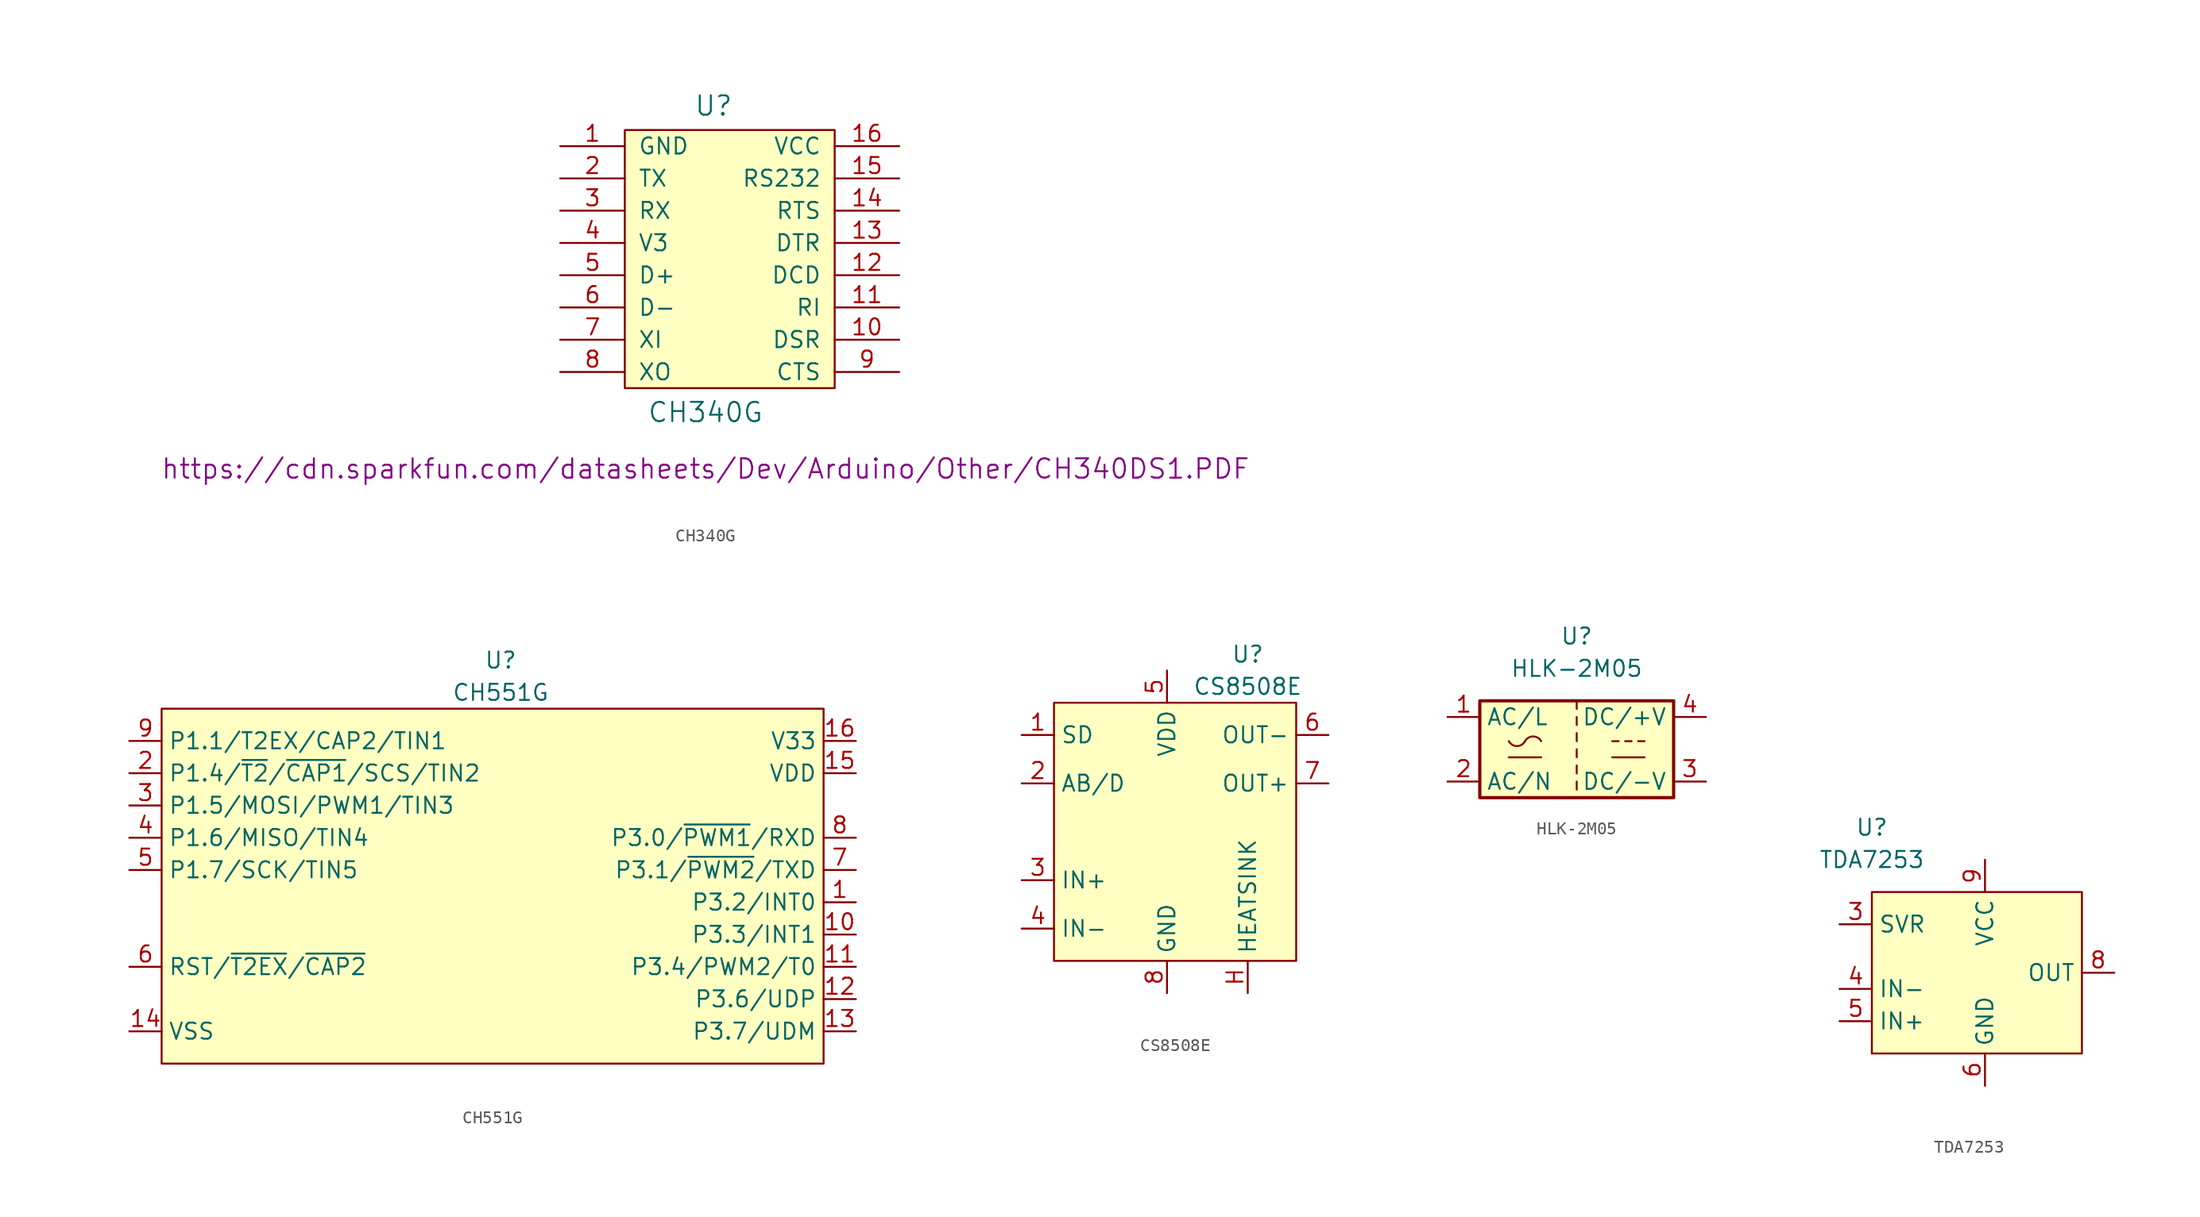
<source format=kicad_sym>
(kicad_symbol_lib
  (version 20220914)
  (generator kicad_symbol_editor)
  (symbol "CH340G"
    (pin_names
      (offset 1.016))
    (property "Reference" "U"
      (at 0.635 12.065 0)
      (effects (font (size 1.524 1.524))))
    (property "Value" "CH340G"
      (at 0 -12.065 0)
      (effects (font (size 1.524 1.524))))
    (property "Footprint" ""
      (at 2.54 -5.08 0)
      (effects (font (size 1.524 1.524))))
    (property "Datasheet" "https://cdn.sparkfun.com/datasheets/Dev/Arduino/Other/CH340DS1.PDF"
      (at 0 -16.51 0)
      (effects (font (size 1.524 1.524))))
    (symbol "CH340G_0_1"
      (rectangle (start -6.35 10.16) (end 10.16 -10.16) (stroke (width 0) (type default)) (fill (type background))))
    (symbol "CH340G_1_1"
      (pin power_in line (at -11.43 8.89 0) (length 5.08) (name "GND" (effects (font (size 1.27 1.27)))) (number "1" (effects (font (size 1.27 1.27)))))
      (pin output line (at 15.24 -6.35 180) (length 5.08) (name "DSR" (effects (font (size 1.27 1.27)))) (number "10" (effects (font (size 1.27 1.27)))))
      (pin output line (at 15.24 -3.81 180) (length 5.08) (name "RI" (effects (font (size 1.27 1.27)))) (number "11" (effects (font (size 1.27 1.27)))))
      (pin output line (at 15.24 -1.27 180) (length 5.08) (name "DCD" (effects (font (size 1.27 1.27)))) (number "12" (effects (font (size 1.27 1.27)))))
      (pin output line (at 15.24 1.27 180) (length 5.08) (name "DTR" (effects (font (size 1.27 1.27)))) (number "13" (effects (font (size 1.27 1.27)))))
      (pin output line (at 15.24 3.81 180) (length 5.08) (name "RTS" (effects (font (size 1.27 1.27)))) (number "14" (effects (font (size 1.27 1.27)))))
      (pin input line (at 15.24 6.35 180) (length 5.08) (name "RS232" (effects (font (size 1.27 1.27)))) (number "15" (effects (font (size 1.27 1.27)))))
      (pin power_in line (at 15.24 8.89 180) (length 5.08) (name "VCC" (effects (font (size 1.27 1.27)))) (number "16" (effects (font (size 1.27 1.27)))))
      (pin output line (at -11.43 6.35 0) (length 5.08) (name "TX" (effects (font (size 1.27 1.27)))) (number "2" (effects (font (size 1.27 1.27)))))
      (pin input line (at -11.43 3.81 0) (length 5.08) (name "RX" (effects (font (size 1.27 1.27)))) (number "3" (effects (font (size 1.27 1.27)))))
      (pin power_in line (at -11.43 1.27 0) (length 5.08) (name "V3" (effects (font (size 1.27 1.27)))) (number "4" (effects (font (size 1.27 1.27)))))
      (pin bidirectional line (at -11.43 -1.27 0) (length 5.08) (name "D+" (effects (font (size 1.27 1.27)))) (number "5" (effects (font (size 1.27 1.27)))))
      (pin bidirectional line (at -11.43 -3.81 0) (length 5.08) (name "D-" (effects (font (size 1.27 1.27)))) (number "6" (effects (font (size 1.27 1.27)))))
      (pin input line (at -11.43 -6.35 0) (length 5.08) (name "XI" (effects (font (size 1.27 1.27)))) (number "7" (effects (font (size 1.27 1.27)))))
      (pin input line (at -11.43 -8.89 0) (length 5.08) (name "XO" (effects (font (size 1.27 1.27)))) (number "8" (effects (font (size 1.27 1.27)))))
      (pin output line (at 15.24 -8.89 180) (length 5.08) (name "CTS" (effects (font (size 1.27 1.27)))) (number "9" (effects (font (size 1.27 1.27)))))))
  (symbol "CH551G"
    (property "Reference" "U"
      (at 0 13.97 0)
      (effects (font (size 1.27 1.27))))
    (property "Value" "CH551G"
      (at 0 11.43 0)
      (effects (font (size 1.27 1.27))))
    (symbol "CH551G_0_1"
      (rectangle (start -26.67 10.16) (end 25.4 -17.78) (stroke (width 0) (type default)) (fill (type background))))
    (symbol "CH551G_1_1"
      (pin bidirectional line (at 27.94 -5.08 180) (length 2.54) (name "P3.2/INT0" (effects (font (size 1.27 1.27)))) (number "1" (effects (font (size 1.27 1.27)))))
      (pin bidirectional line (at 27.94 -7.62 180) (length 2.54) (name "P3.3/INT1" (effects (font (size 1.27 1.27)))) (number "10" (effects (font (size 1.27 1.27)))))
      (pin bidirectional line (at 27.94 -10.16 180) (length 2.54) (name "P3.4/PWM2/T0" (effects (font (size 1.27 1.27)))) (number "11" (effects (font (size 1.27 1.27)))))
      (pin bidirectional line (at 27.94 -12.7 180) (length 2.54) (name "P3.6/UDP" (effects (font (size 1.27 1.27)))) (number "12" (effects (font (size 1.27 1.27)))))
      (pin bidirectional line (at 27.94 -15.24 180) (length 2.54) (name "P3.7/UDM" (effects (font (size 1.27 1.27)))) (number "13" (effects (font (size 1.27 1.27)))))
      (pin power_in line (at -29.21 -15.24 0) (length 2.54) (name "VSS" (effects (font (size 1.27 1.27)))) (number "14" (effects (font (size 1.27 1.27)))))
      (pin power_in line (at 27.94 5.08 180) (length 2.54) (name "VDD" (effects (font (size 1.27 1.27)))) (number "15" (effects (font (size 1.27 1.27)))))
      (pin power_out line (at 27.94 7.62 180) (length 2.54) (name "V33" (effects (font (size 1.27 1.27)))) (number "16" (effects (font (size 1.27 1.27)))))
      (pin bidirectional line (at -29.21 5.08 0) (length 2.54) (name "P1.4/~{T2}/~{CAP1}/SCS/TIN2" (effects (font (size 1.27 1.27)))) (number "2" (effects (font (size 1.27 1.27)))))
      (pin bidirectional line (at -29.21 2.54 0) (length 2.54) (name "P1.5/MOSI/PWM1/TIN3" (effects (font (size 1.27 1.27)))) (number "3" (effects (font (size 1.27 1.27)))))
      (pin bidirectional line (at -29.21 0 0) (length 2.54) (name "P1.6/MISO/TIN4" (effects (font (size 1.27 1.27)))) (number "4" (effects (font (size 1.27 1.27)))))
      (pin bidirectional line (at -29.21 -2.54 0) (length 2.54) (name "P1.7/SCK/TIN5" (effects (font (size 1.27 1.27)))) (number "5" (effects (font (size 1.27 1.27)))))
      (pin bidirectional line (at -29.21 -10.16 0) (length 2.54) (name "RST/~{T2EX}/~{CAP2}" (effects (font (size 1.27 1.27)))) (number "6" (effects (font (size 1.27 1.27)))))
      (pin bidirectional line (at 27.94 -2.54 180) (length 2.54) (name "P3.1/~{PWM2}/TXD" (effects (font (size 1.27 1.27)))) (number "7" (effects (font (size 1.27 1.27)))))
      (pin bidirectional line (at 27.94 0 180) (length 2.54) (name "P3.0/~{PWM1}/RXD" (effects (font (size 1.27 1.27)))) (number "8" (effects (font (size 1.27 1.27)))))
      (pin bidirectional line (at -29.21 7.62 0) (length 2.54) (name "P1.1/T2EX/CAP2/TIN1" (effects (font (size 1.27 1.27)))) (number "9" (effects (font (size 1.27 1.27)))))))
  (symbol "CS8508E"
    (property "Reference" "U"
      (at 5.08 13.97 0)
      (effects (font (size 1.27 1.27))))
    (property "Value" "CS8508E"
      (at 5.08 11.43 0)
      (effects (font (size 1.27 1.27))))
    (symbol "CS8508E_0_1"
      (rectangle (start -10.16 10.16) (end 8.89 -10.16) (stroke (width 0) (type default)) (fill (type background))))
    (symbol "CS8508E_1_1"
      (pin input line (at -12.7 7.62 0) (length 2.54) (name "SD" (effects (font (size 1.27 1.27)))) (number "1" (effects (font (size 1.27 1.27)))))
      (pin input line (at -12.7 3.81 0) (length 2.54) (name "AB/D" (effects (font (size 1.27 1.27)))) (number "2" (effects (font (size 1.27 1.27)))))
      (pin input line (at -12.7 -3.81 0) (length 2.54) (name "IN+" (effects (font (size 1.27 1.27)))) (number "3" (effects (font (size 1.27 1.27)))))
      (pin input line (at -12.7 -7.62 0) (length 2.54) (name "IN-" (effects (font (size 1.27 1.27)))) (number "4" (effects (font (size 1.27 1.27)))))
      (pin power_in line (at -1.27 12.7 270) (length 2.54) (name "VDD" (effects (font (size 1.27 1.27)))) (number "5" (effects (font (size 1.27 1.27)))))
      (pin output line (at 11.43 7.62 180) (length 2.54) (name "OUT-" (effects (font (size 1.27 1.27)))) (number "6" (effects (font (size 1.27 1.27)))))
      (pin output line (at 11.43 3.81 180) (length 2.54) (name "OUT+" (effects (font (size 1.27 1.27)))) (number "7" (effects (font (size 1.27 1.27)))))
      (pin power_in line (at -1.27 -12.7 90) (length 2.54) (name "GND" (effects (font (size 1.27 1.27)))) (number "8" (effects (font (size 1.27 1.27)))))
      (pin bidirectional line (at 5.08 -12.7 90) (length 2.54) (name "HEATSINK" (effects (font (size 1.27 1.27)))) (number "H" (effects (font (size 1.27 1.27)))))))
  (symbol "HLK-2M05"
    (property "Reference" "U"
      (at 0 8.89 0)
      (effects (font (size 1.27 1.27))))
    (property "Value" "HLK-2M05"
      (at 0 6.35 0)
      (effects (font (size 1.27 1.27))))
    (symbol "HLK-2M05_0_1"
      (rectangle (start -7.62 3.81) (end 7.62 -3.81) (stroke (width 0.254) (type default)) (fill (type background)))
      (arc (start -5.334 0.635) (mid -4.699 0.2495) (end -4.064 0.635) (stroke (width 0) (type default)) (fill (type none)))
      (arc (start -2.794 0.635) (mid -3.429 1.0072) (end -4.064 0.635) (stroke (width 0) (type default)) (fill (type none)))
      (polyline (pts (xy -5.334 -0.635) (xy -2.794 -0.635)) (stroke (width 0) (type default)) (fill (type none)))
      (polyline (pts (xy 0 -2.54) (xy 0 -3.175)) (stroke (width 0) (type default)) (fill (type none)))
      (polyline (pts (xy 0 -1.27) (xy 0 -1.905)) (stroke (width 0) (type default)) (fill (type none)))
      (polyline (pts (xy 0 0) (xy 0 -0.635)) (stroke (width 0) (type default)) (fill (type none)))
      (polyline (pts (xy 0 1.27) (xy 0 0.635)) (stroke (width 0) (type default)) (fill (type none)))
      (polyline (pts (xy 0 2.54) (xy 0 1.905)) (stroke (width 0) (type default)) (fill (type none)))
      (polyline (pts (xy 0 3.81) (xy 0 3.175)) (stroke (width 0) (type default)) (fill (type none)))
      (polyline (pts (xy 2.794 -0.635) (xy 5.334 -0.635)) (stroke (width 0) (type default)) (fill (type none)))
      (polyline (pts (xy 2.794 0.635) (xy 3.302 0.635)) (stroke (width 0) (type default)) (fill (type none)))
      (polyline (pts (xy 3.81 0.635) (xy 4.318 0.635)) (stroke (width 0) (type default)) (fill (type none)))
      (polyline (pts (xy 4.826 0.635) (xy 5.334 0.635)) (stroke (width 0) (type default)) (fill (type none))))
    (symbol "HLK-2M05_1_1"
      (pin power_in line (at -10.16 2.54 0) (length 2.54) (name "AC/L" (effects (font (size 1.27 1.27)))) (number "1" (effects (font (size 1.27 1.27)))))
      (pin power_in line (at -10.16 -2.54 0) (length 2.54) (name "AC/N" (effects (font (size 1.27 1.27)))) (number "2" (effects (font (size 1.27 1.27)))))
      (pin power_out line (at 10.16 -2.54 180) (length 2.54) (name "DC/-V" (effects (font (size 1.27 1.27)))) (number "3" (effects (font (size 1.27 1.27)))))
      (pin power_out line (at 10.16 2.54 180) (length 2.54) (name "DC/+V" (effects (font (size 1.27 1.27)))) (number "4" (effects (font (size 1.27 1.27)))))))
  (symbol "TDA7253"
    (property "Reference" "U"
      (at -11.43 11.43 0)
      (effects (font (size 1.27 1.27))))
    (property "Value" "TDA7253"
      (at -11.43 8.89 0)
      (effects (font (size 1.27 1.27))))
    (symbol "TDA7253_0_0"
      (pin free line (at -7.62 25.4 270) (length 2.54) hide (name "" (effects (font (size 1.27 1.27)))) (number "1" (effects (font (size 1.27 1.27)))))
      (pin free line (at 0 25.4 270) (length 2.54) hide (name "" (effects (font (size 1.27 1.27)))) (number "10" (effects (font (size 1.27 1.27)))))
      (pin free line (at 2.54 25.4 270) (length 2.54) hide (name "" (effects (font (size 1.27 1.27)))) (number "11" (effects (font (size 1.27 1.27)))))
      (pin free line (at -5.08 25.4 270) (length 2.54) hide (name "" (effects (font (size 1.27 1.27)))) (number "2" (effects (font (size 1.27 1.27)))))
      (pin free line (at -2.54 25.4 270) (length 2.54) hide (name "" (effects (font (size 1.27 1.27)))) (number "7" (effects (font (size 1.27 1.27))))))
    (symbol "TDA7253_0_1"
      (rectangle (start -11.43 6.35) (end 5.08 -6.35) (stroke (width 0) (type default)) (fill (type background))))
    (symbol "TDA7253_1_1"
      (pin input line (at -13.97 3.81 0) (length 2.54) (name "SVR" (effects (font (size 1.27 1.27)))) (number "3" (effects (font (size 1.27 1.27)))))
      (pin input line (at -13.97 -1.27 0) (length 2.54) (name "IN-" (effects (font (size 1.27 1.27)))) (number "4" (effects (font (size 1.27 1.27)))))
      (pin input line (at -13.97 -3.81 0) (length 2.54) (name "IN+" (effects (font (size 1.27 1.27)))) (number "5" (effects (font (size 1.27 1.27)))))
      (pin power_in line (at -2.54 -8.89 90) (length 2.54) (name "GND" (effects (font (size 1.27 1.27)))) (number "6" (effects (font (size 1.27 1.27)))))
      (pin output line (at 7.62 0 180) (length 2.54) (name "OUT" (effects (font (size 1.27 1.27)))) (number "8" (effects (font (size 1.27 1.27)))))
      (pin power_in line (at -2.54 8.89 270) (length 2.54) (name "VCC" (effects (font (size 1.27 1.27)))) (number "9" (effects (font (size 1.27 1.27))))))))
</source>
